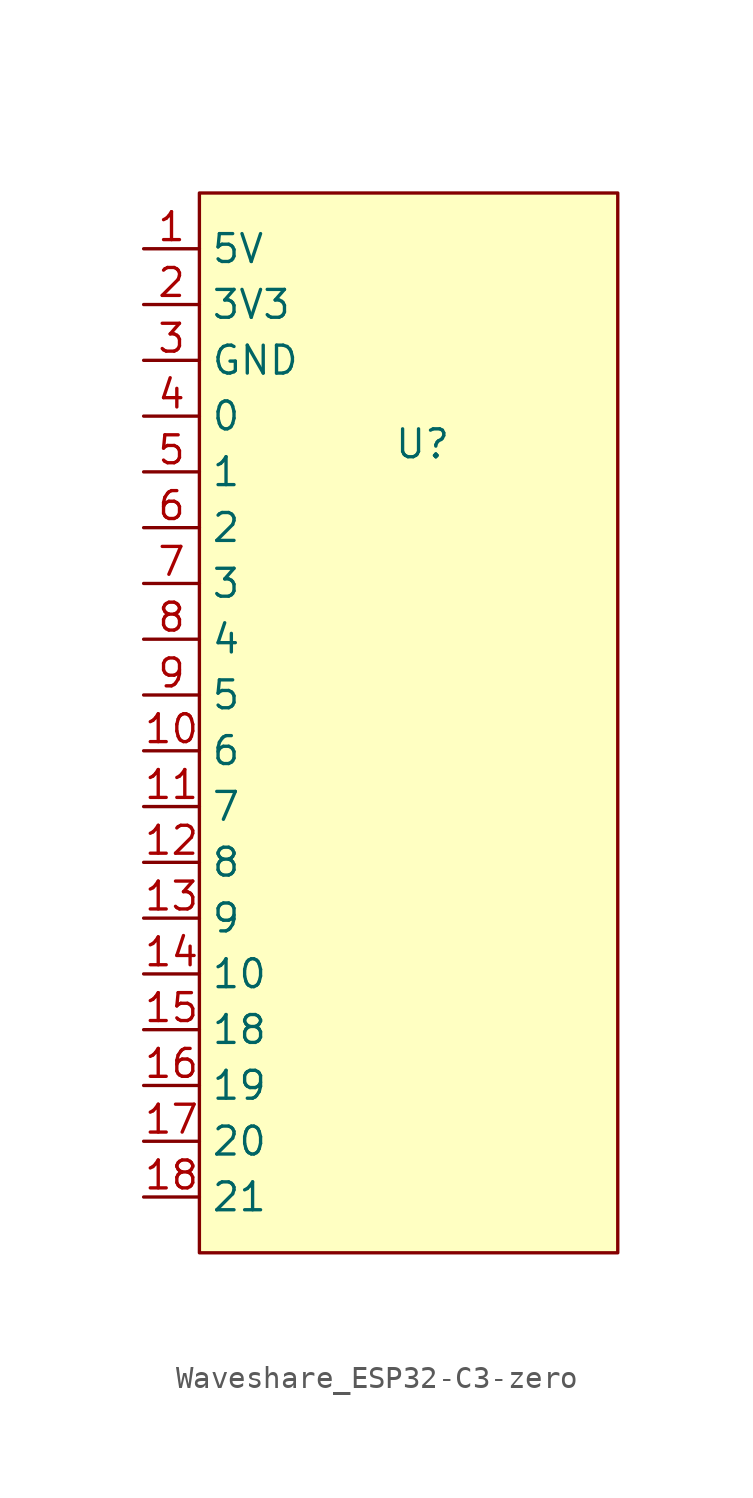
<source format=kicad_sym>
(kicad_symbol_lib
  (version 20241209)
  (generator "kicad_symbol_editor")
  (generator_version "9.0")
  (symbol "Waveshare_ESP32-C3-zero"
    (property "Reference" "U"
      (at 0 0 0)
      (effects (font (size 1.27 1.27))))
    (property "Value" ""
      (at 0 0 0)
      (effects (font (size 1.27 1.27))))
    (symbol "Waveshare_ESP32-C3-zero_1_1"
      (rectangle (start -10.16 11.43) (end 8.89 -36.83) (stroke (width 0) (type solid)) (fill (type background)))
      (pin input line (at -12.7 8.89 0) (length 2.54) (name "5V" (effects (font (size 1.27 1.27)))) (number "1" (effects (font (size 1.27 1.27)))))
      (pin input line (at -12.7 6.35 0) (length 2.54) (name "3V3" (effects (font (size 1.27 1.27)))) (number "2" (effects (font (size 1.27 1.27)))))
      (pin input line (at -12.7 3.81 0) (length 2.54) (name "GND" (effects (font (size 1.27 1.27)))) (number "3" (effects (font (size 1.27 1.27)))))
      (pin input line (at -12.7 1.27 0) (length 2.54) (name "0" (effects (font (size 1.27 1.27)))) (number "4" (effects (font (size 1.27 1.27)))))
      (pin input line (at -12.7 -1.27 0) (length 2.54) (name "1" (effects (font (size 1.27 1.27)))) (number "5" (effects (font (size 1.27 1.27)))))
      (pin input line (at -12.7 -3.81 0) (length 2.54) (name "2" (effects (font (size 1.27 1.27)))) (number "6" (effects (font (size 1.27 1.27)))))
      (pin input line (at -12.7 -6.35 0) (length 2.54) (name "3" (effects (font (size 1.27 1.27)))) (number "7" (effects (font (size 1.27 1.27)))))
      (pin input line (at -12.7 -8.89 0) (length 2.54) (name "4" (effects (font (size 1.27 1.27)))) (number "8" (effects (font (size 1.27 1.27)))))
      (pin input line (at -12.7 -11.43 0) (length 2.54) (name "5" (effects (font (size 1.27 1.27)))) (number "9" (effects (font (size 1.27 1.27)))))
      (pin input line (at -12.7 -13.97 0) (length 2.54) (name "6" (effects (font (size 1.27 1.27)))) (number "10" (effects (font (size 1.27 1.27)))))
      (pin input line (at -12.7 -16.51 0) (length 2.54) (name "7" (effects (font (size 1.27 1.27)))) (number "11" (effects (font (size 1.27 1.27)))))
      (pin input line (at -12.7 -19.05 0) (length 2.54) (name "8" (effects (font (size 1.27 1.27)))) (number "12" (effects (font (size 1.27 1.27)))))
      (pin input line (at -12.7 -21.59 0) (length 2.54) (name "9" (effects (font (size 1.27 1.27)))) (number "13" (effects (font (size 1.27 1.27)))))
      (pin input line (at -12.7 -24.13 0) (length 2.54) (name "10" (effects (font (size 1.27 1.27)))) (number "14" (effects (font (size 1.27 1.27)))))
      (pin input line (at -12.7 -26.67 0) (length 2.54) (name "18" (effects (font (size 1.27 1.27)))) (number "15" (effects (font (size 1.27 1.27)))))
      (pin input line (at -12.7 -29.21 0) (length 2.54) (name "19" (effects (font (size 1.27 1.27)))) (number "16" (effects (font (size 1.27 1.27)))))
      (pin input line (at -12.7 -31.75 0) (length 2.54) (name "20" (effects (font (size 1.27 1.27)))) (number "17" (effects (font (size 1.27 1.27)))))
      (pin input line (at -12.7 -34.29 0) (length 2.54) (name "21" (effects (font (size 1.27 1.27)))) (number "18" (effects (font (size 1.27 1.27))))))))
</source>
